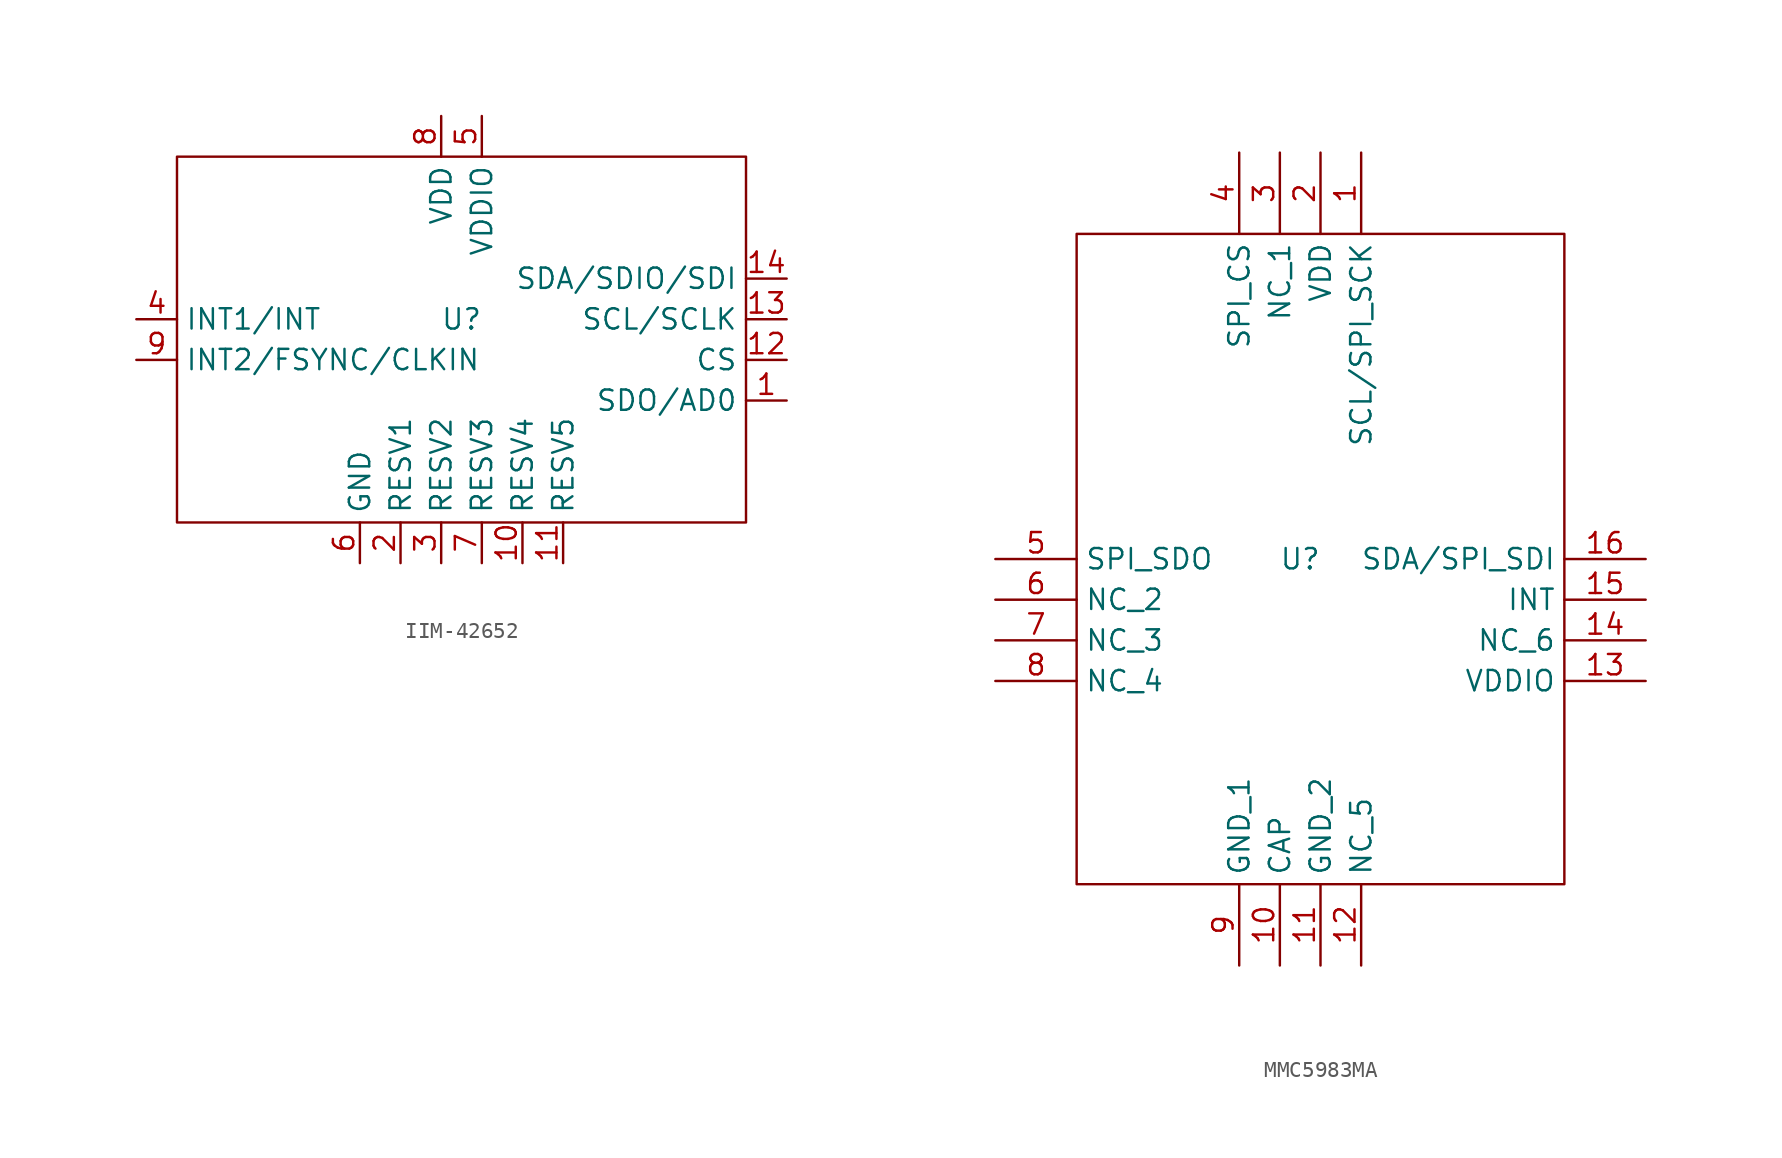
<source format=kicad_sym>
(kicad_symbol_lib
  (version 20220914)
  (generator kicad_symbol_editor)
  (symbol "IIM-42652"
    (property "Reference" "U"
      (at 0 1.27 0)
      (effects (font (size 1.27 1.27))))
    (property "Value" ""
      (at 0 0 0)
      (effects (font (size 1.27 1.27))))
    (symbol "IIM-42652_0_0"
      (pin passive line (at 20.32 -3.81 180) (length 2.54) (name "SDO/AD0" (effects (font (size 1.27 1.27)))) (number "1" (effects (font (size 1.27 1.27)))))
      (pin passive line (at 3.81 -13.97 90) (length 2.54) (name "RESV4" (effects (font (size 1.27 1.27)))) (number "10" (effects (font (size 1.27 1.27)))))
      (pin passive line (at 6.35 -13.97 90) (length 2.54) (name "RESV5" (effects (font (size 1.27 1.27)))) (number "11" (effects (font (size 1.27 1.27)))))
      (pin passive line (at 20.32 -1.27 180) (length 2.54) (name "CS" (effects (font (size 1.27 1.27)))) (number "12" (effects (font (size 1.27 1.27)))))
      (pin passive line (at 20.32 1.27 180) (length 2.54) (name "SCL/SCLK" (effects (font (size 1.27 1.27)))) (number "13" (effects (font (size 1.27 1.27)))))
      (pin passive line (at 20.32 3.81 180) (length 2.54) (name "SDA/SDIO/SDI" (effects (font (size 1.27 1.27)))) (number "14" (effects (font (size 1.27 1.27)))))
      (pin passive line (at -3.81 -13.97 90) (length 2.54) (name "RESV1" (effects (font (size 1.27 1.27)))) (number "2" (effects (font (size 1.27 1.27)))))
      (pin passive line (at -1.27 -13.97 90) (length 2.54) (name "RESV2" (effects (font (size 1.27 1.27)))) (number "3" (effects (font (size 1.27 1.27)))))
      (pin passive line (at -20.32 1.27 0) (length 2.54) (name "INT1/INT" (effects (font (size 1.27 1.27)))) (number "4" (effects (font (size 1.27 1.27)))))
      (pin passive line (at 1.27 13.97 270) (length 2.54) (name "VDDIO" (effects (font (size 1.27 1.27)))) (number "5" (effects (font (size 1.27 1.27)))))
      (pin passive line (at -6.35 -13.97 90) (length 2.54) (name "GND" (effects (font (size 1.27 1.27)))) (number "6" (effects (font (size 1.27 1.27)))))
      (pin passive line (at 1.27 -13.97 90) (length 2.54) (name "RESV3" (effects (font (size 1.27 1.27)))) (number "7" (effects (font (size 1.27 1.27)))))
      (pin passive line (at -1.27 13.97 270) (length 2.54) (name "VDD" (effects (font (size 1.27 1.27)))) (number "8" (effects (font (size 1.27 1.27)))))
      (pin passive line (at -20.32 -1.27 0) (length 2.54) (name "INT2/FSYNC/CLKIN" (effects (font (size 1.27 1.27)))) (number "9" (effects (font (size 1.27 1.27))))))
    (symbol "IIM-42652_0_1"
      (rectangle (start -17.78 11.43) (end 17.78 -11.43) (stroke (width 0) (type default)) (fill (type none)))))
  (symbol "MMC5983MA"
    (property "Reference" "U"
      (at 0 0 0)
      (effects (font (size 1.27 1.27))))
    (property "Value" ""
      (at 0 0 0)
      (effects (font (size 1.27 1.27))))
    (symbol "MMC5983MA_0_0"
      (pin passive line (at 3.81 25.4 270) (length 5.08) (name "SCL/SPI_SCK" (effects (font (size 1.27 1.27)))) (number "1" (effects (font (size 1.27 1.27)))))
      (pin passive line (at -1.27 -25.4 90) (length 5.08) (name "CAP" (effects (font (size 1.27 1.27)))) (number "10" (effects (font (size 1.27 1.27)))))
      (pin passive line (at 1.27 -25.4 90) (length 5.08) (name "GND_2" (effects (font (size 1.27 1.27)))) (number "11" (effects (font (size 1.27 1.27)))))
      (pin passive line (at 3.81 -25.4 90) (length 5.08) (name "NC_5" (effects (font (size 1.27 1.27)))) (number "12" (effects (font (size 1.27 1.27)))))
      (pin passive line (at 21.59 -7.62 180) (length 5.08) (name "VDDIO" (effects (font (size 1.27 1.27)))) (number "13" (effects (font (size 1.27 1.27)))))
      (pin passive line (at 21.59 -5.08 180) (length 5.08) (name "NC_6" (effects (font (size 1.27 1.27)))) (number "14" (effects (font (size 1.27 1.27)))))
      (pin passive line (at 21.59 -2.54 180) (length 5.08) (name "INT" (effects (font (size 1.27 1.27)))) (number "15" (effects (font (size 1.27 1.27)))))
      (pin passive line (at 21.59 0 180) (length 5.08) (name "SDA/SPI_SDI" (effects (font (size 1.27 1.27)))) (number "16" (effects (font (size 1.27 1.27)))))
      (pin passive line (at 1.27 25.4 270) (length 5.08) (name "VDD" (effects (font (size 1.27 1.27)))) (number "2" (effects (font (size 1.27 1.27)))))
      (pin passive line (at -1.27 25.4 270) (length 5.08) (name "NC_1" (effects (font (size 1.27 1.27)))) (number "3" (effects (font (size 1.27 1.27)))))
      (pin passive line (at -3.81 25.4 270) (length 5.08) (name "SPI_CS" (effects (font (size 1.27 1.27)))) (number "4" (effects (font (size 1.27 1.27)))))
      (pin passive line (at -19.05 0 0) (length 5.08) (name "SPI_SDO" (effects (font (size 1.27 1.27)))) (number "5" (effects (font (size 1.27 1.27)))))
      (pin passive line (at -19.05 -2.54 0) (length 5.08) (name "NC_2" (effects (font (size 1.27 1.27)))) (number "6" (effects (font (size 1.27 1.27)))))
      (pin passive line (at -19.05 -5.08 0) (length 5.08) (name "NC_3" (effects (font (size 1.27 1.27)))) (number "7" (effects (font (size 1.27 1.27)))))
      (pin passive line (at -19.05 -7.62 0) (length 5.08) (name "NC_4" (effects (font (size 1.27 1.27)))) (number "8" (effects (font (size 1.27 1.27)))))
      (pin passive line (at -3.81 -25.4 90) (length 5.08) (name "GND_1" (effects (font (size 1.27 1.27)))) (number "9" (effects (font (size 1.27 1.27))))))
    (symbol "MMC5983MA_0_1"
      (polyline (pts (xy -13.97 20.32) (xy 16.51 20.32) (xy 16.51 -20.32) (xy -13.97 -20.32) (xy -13.97 20.32)) (stroke (width 0.152) (type default)) (fill (type none))))))
</source>
